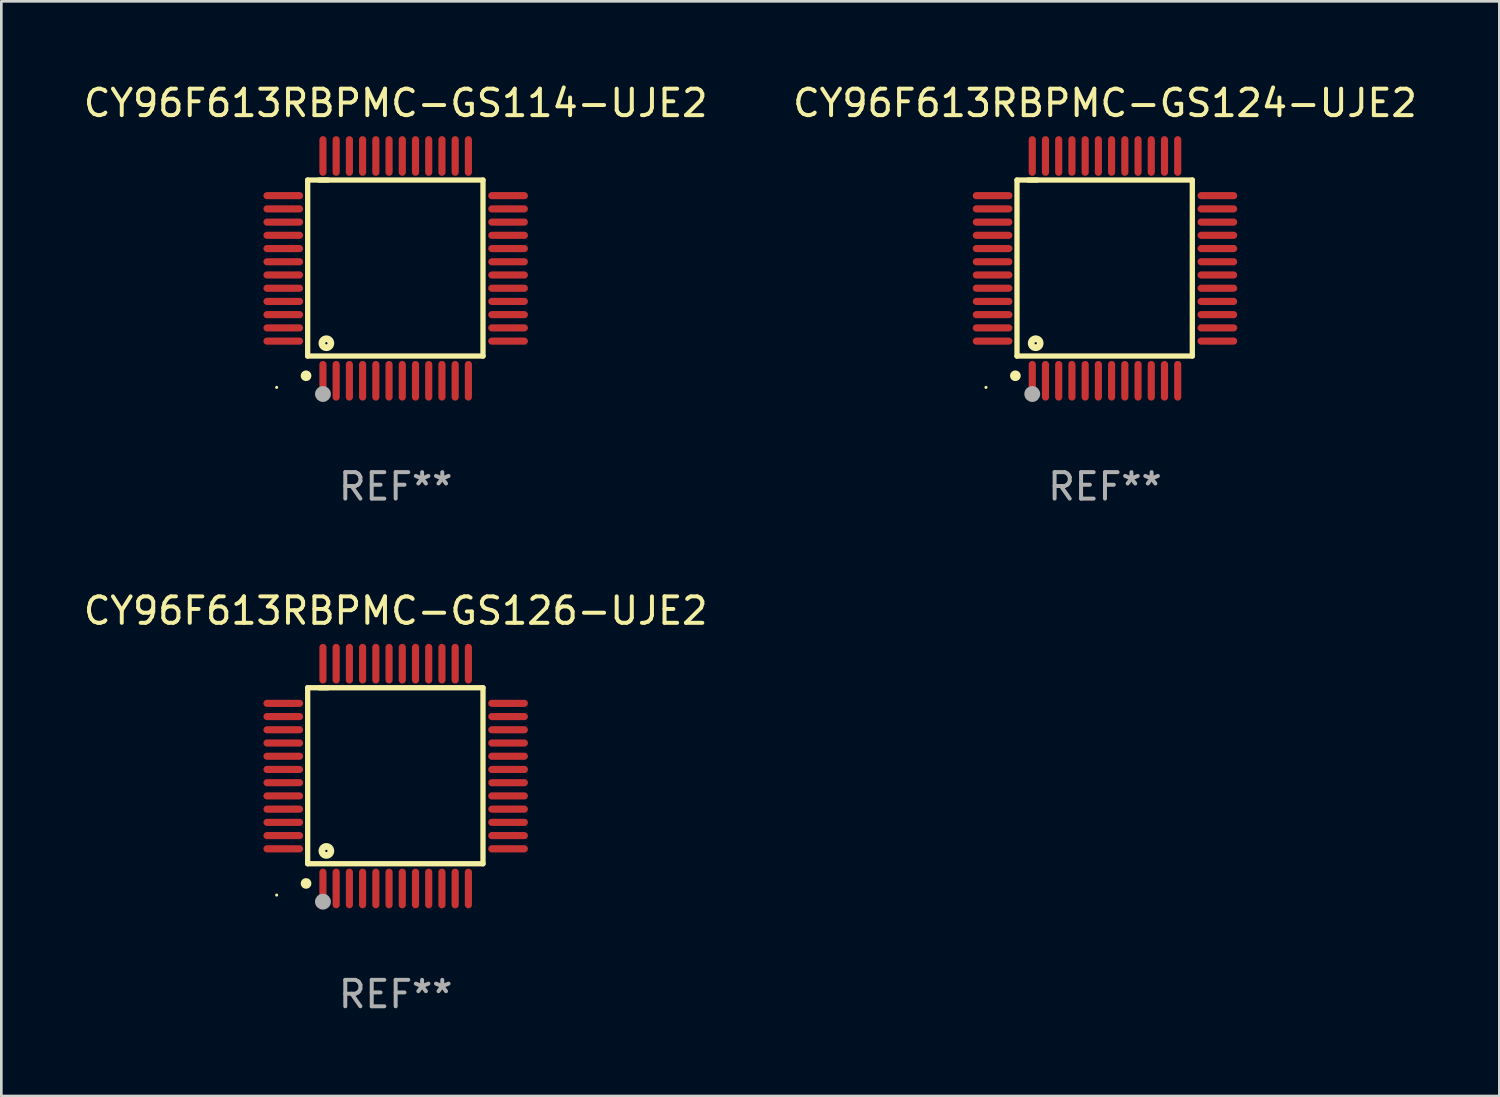
<source format=kicad_pcb>
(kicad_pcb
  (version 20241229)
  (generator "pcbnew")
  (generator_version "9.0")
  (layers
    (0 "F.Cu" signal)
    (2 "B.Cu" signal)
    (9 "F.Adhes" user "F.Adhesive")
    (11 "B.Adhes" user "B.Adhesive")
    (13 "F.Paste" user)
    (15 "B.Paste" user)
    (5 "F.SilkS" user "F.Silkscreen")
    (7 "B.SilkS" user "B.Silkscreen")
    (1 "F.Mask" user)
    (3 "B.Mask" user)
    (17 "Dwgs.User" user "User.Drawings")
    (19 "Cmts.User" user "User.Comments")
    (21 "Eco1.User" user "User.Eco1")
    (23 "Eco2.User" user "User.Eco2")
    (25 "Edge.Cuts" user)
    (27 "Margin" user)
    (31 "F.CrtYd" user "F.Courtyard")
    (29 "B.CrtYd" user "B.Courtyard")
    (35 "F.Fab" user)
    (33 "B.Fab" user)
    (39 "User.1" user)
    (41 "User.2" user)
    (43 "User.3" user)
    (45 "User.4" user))
  (footprint "CY96F613RBPMC-GS114-UJE2"
    (layer "F.Cu")
    (at 11.911 7.098)
    (property "Reference" "CY96F613RBPMC-GS114-UJE2" (at 0 -6.25 0) (layer "F.SilkS") (effects (font (size 1 1) (thickness 0.15))))
    (attr through_hole)
    (fp_line (start -3.327 -3.34) (end -2.565 -3.34) (stroke (width 0.2) (type solid)) (layer "F.SilkS"))
    (fp_line (start -3.327 3.315) (end -3.327 -3.34) (stroke (width 0.2) (type solid)) (layer "F.SilkS"))
    (fp_line (start -2.896 -3.34) (end 3.302 -3.34) (stroke (width 0.2) (type solid)) (layer "F.SilkS"))
    (fp_line (start 3.302 -3.34) (end 3.302 3.315) (stroke (width 0.2) (type solid)) (layer "F.SilkS"))
    (fp_line (start 3.302 3.315) (end -3.327 3.315) (stroke (width 0.2) (type solid)) (layer "F.SilkS"))
    (fp_arc (start -3.389992 4.059995) (mid -3.388722 4.059991) (end -3.387452 4.059995) (stroke (width 0.4) (type solid)) (layer "F.SilkS"))
    (fp_circle (center -4.5 4.5) (end -4.47 4.5) (stroke (width 0.06) (type solid)) (fill no) (layer "F.SilkS"))
    (fp_circle (center -2.62 2.83) (end -2.45 2.83) (stroke (width 0.254) (type solid)) (fill no) (layer "F.SilkS"))
    (fp_circle (center -2.75 4.75) (end -2.6 4.75) (stroke (width 0.3) (type solid)) (fill no) (layer "F.Fab"))
    (fp_text user "REF**" (at 0 8.25 0) (layer "F.Fab") (effects (font (size 1 1) (thickness 0.15))))
    (pad "1" smd oval (at -2.75 4.25) (size 0.27 1.5) (layers "F.Cu" "F.Mask" "F.Paste"))
    (pad "2" smd oval (at -2.25 4.25) (size 0.27 1.5) (layers "F.Cu" "F.Mask" "F.Paste"))
    (pad "3" smd oval (at -1.75 4.25) (size 0.27 1.5) (layers "F.Cu" "F.Mask" "F.Paste"))
    (pad "4" smd oval (at -1.25 4.25) (size 0.27 1.5) (layers "F.Cu" "F.Mask" "F.Paste"))
    (pad "5" smd oval (at -0.75 4.25) (size 0.27 1.5) (layers "F.Cu" "F.Mask" "F.Paste"))
    (pad "6" smd oval (at -0.25 4.25) (size 0.27 1.5) (layers "F.Cu" "F.Mask" "F.Paste"))
    (pad "7" smd oval (at 0.25 4.25) (size 0.27 1.5) (layers "F.Cu" "F.Mask" "F.Paste"))
    (pad "8" smd oval (at 0.75 4.25) (size 0.27 1.5) (layers "F.Cu" "F.Mask" "F.Paste"))
    (pad "9" smd oval (at 1.25 4.25) (size 0.27 1.5) (layers "F.Cu" "F.Mask" "F.Paste"))
    (pad "10" smd oval (at 1.75 4.25) (size 0.27 1.5) (layers "F.Cu" "F.Mask" "F.Paste"))
    (pad "11" smd oval (at 2.25 4.25) (size 0.27 1.5) (layers "F.Cu" "F.Mask" "F.Paste"))
    (pad "12" smd oval (at 2.75 4.25) (size 0.27 1.5) (layers "F.Cu" "F.Mask" "F.Paste"))
    (pad "13" smd oval (at 4.25 2.75) (size 1.5 0.27) (layers "F.Cu" "F.Mask" "F.Paste"))
    (pad "14" smd oval (at 4.25 2.25) (size 1.5 0.27) (layers "F.Cu" "F.Mask" "F.Paste"))
    (pad "15" smd oval (at 4.25 1.75) (size 1.5 0.27) (layers "F.Cu" "F.Mask" "F.Paste"))
    (pad "16" smd oval (at 4.25 1.25) (size 1.5 0.27) (layers "F.Cu" "F.Mask" "F.Paste"))
    (pad "17" smd oval (at 4.25 0.75) (size 1.5 0.27) (layers "F.Cu" "F.Mask" "F.Paste"))
    (pad "18" smd oval (at 4.25 0.25) (size 1.5 0.27) (layers "F.Cu" "F.Mask" "F.Paste"))
    (pad "19" smd oval (at 4.25 -0.25) (size 1.5 0.27) (layers "F.Cu" "F.Mask" "F.Paste"))
    (pad "20" smd oval (at 4.25 -0.75) (size 1.5 0.27) (layers "F.Cu" "F.Mask" "F.Paste"))
    (pad "21" smd oval (at 4.25 -1.25) (size 1.5 0.27) (layers "F.Cu" "F.Mask" "F.Paste"))
    (pad "22" smd oval (at 4.25 -1.75) (size 1.5 0.27) (layers "F.Cu" "F.Mask" "F.Paste"))
    (pad "23" smd oval (at 4.25 -2.25) (size 1.5 0.27) (layers "F.Cu" "F.Mask" "F.Paste"))
    (pad "24" smd oval (at 4.25 -2.75) (size 1.5 0.27) (layers "F.Cu" "F.Mask" "F.Paste"))
    (pad "25" smd oval (at 2.75 -4.25) (size 0.27 1.5) (layers "F.Cu" "F.Mask" "F.Paste"))
    (pad "26" smd oval (at 2.25 -4.25) (size 0.27 1.5) (layers "F.Cu" "F.Mask" "F.Paste"))
    (pad "27" smd oval (at 1.75 -4.25) (size 0.27 1.5) (layers "F.Cu" "F.Mask" "F.Paste"))
    (pad "28" smd oval (at 1.25 -4.25) (size 0.27 1.5) (layers "F.Cu" "F.Mask" "F.Paste"))
    (pad "29" smd oval (at 0.75 -4.25) (size 0.27 1.5) (layers "F.Cu" "F.Mask" "F.Paste"))
    (pad "30" smd oval (at 0.25 -4.25) (size 0.27 1.5) (layers "F.Cu" "F.Mask" "F.Paste"))
    (pad "31" smd oval (at -0.25 -4.25) (size 0.27 1.5) (layers "F.Cu" "F.Mask" "F.Paste"))
    (pad "32" smd oval (at -0.75 -4.25) (size 0.27 1.5) (layers "F.Cu" "F.Mask" "F.Paste"))
    (pad "33" smd oval (at -1.25 -4.25) (size 0.27 1.5) (layers "F.Cu" "F.Mask" "F.Paste"))
    (pad "34" smd oval (at -1.75 -4.25) (size 0.27 1.5) (layers "F.Cu" "F.Mask" "F.Paste"))
    (pad "35" smd oval (at -2.25 -4.25) (size 0.27 1.5) (layers "F.Cu" "F.Mask" "F.Paste"))
    (pad "36" smd oval (at -2.75 -4.25) (size 0.27 1.5) (layers "F.Cu" "F.Mask" "F.Paste"))
    (pad "37" smd oval (at -4.25 -2.75) (size 1.5 0.27) (layers "F.Cu" "F.Mask" "F.Paste"))
    (pad "38" smd oval (at -4.25 -2.25) (size 1.5 0.27) (layers "F.Cu" "F.Mask" "F.Paste"))
    (pad "39" smd oval (at -4.25 -1.75) (size 1.5 0.27) (layers "F.Cu" "F.Mask" "F.Paste"))
    (pad "40" smd oval (at -4.25 -1.25) (size 1.5 0.27) (layers "F.Cu" "F.Mask" "F.Paste"))
    (pad "41" smd oval (at -4.25 -0.75) (size 1.5 0.27) (layers "F.Cu" "F.Mask" "F.Paste"))
    (pad "42" smd oval (at -4.25 -0.25) (size 1.5 0.27) (layers "F.Cu" "F.Mask" "F.Paste"))
    (pad "43" smd oval (at -4.25 0.25) (size 1.5 0.27) (layers "F.Cu" "F.Mask" "F.Paste"))
    (pad "44" smd oval (at -4.25 0.75) (size 1.5 0.27) (layers "F.Cu" "F.Mask" "F.Paste"))
    (pad "45" smd oval (at -4.25 1.25) (size 1.5 0.27) (layers "F.Cu" "F.Mask" "F.Paste"))
    (pad "46" smd oval (at -4.25 1.75) (size 1.5 0.27) (layers "F.Cu" "F.Mask" "F.Paste"))
    (pad "47" smd oval (at -4.25 2.25) (size 1.5 0.27) (layers "F.Cu" "F.Mask" "F.Paste"))
    (pad "48" smd oval (at -4.25 2.75) (size 1.5 0.27) (layers "F.Cu" "F.Mask" "F.Paste")))
  (footprint "CY96F613RBPMC-GS126-UJE2"
    (layer "F.Cu")
    (at 11.911 26.295)
    (property "Reference" "CY96F613RBPMC-GS126-UJE2" (at 0 -6.25 0) (layer "F.SilkS") (effects (font (size 1 1) (thickness 0.15))))
    (attr through_hole)
    (fp_line (start -3.327 -3.34) (end -2.565 -3.34) (stroke (width 0.2) (type solid)) (layer "F.SilkS"))
    (fp_line (start -3.327 3.315) (end -3.327 -3.34) (stroke (width 0.2) (type solid)) (layer "F.SilkS"))
    (fp_line (start -2.896 -3.34) (end 3.302 -3.34) (stroke (width 0.2) (type solid)) (layer "F.SilkS"))
    (fp_line (start 3.302 -3.34) (end 3.302 3.315) (stroke (width 0.2) (type solid)) (layer "F.SilkS"))
    (fp_line (start 3.302 3.315) (end -3.327 3.315) (stroke (width 0.2) (type solid)) (layer "F.SilkS"))
    (fp_arc (start -3.389992 4.059995) (mid -3.388722 4.059991) (end -3.387452 4.059995) (stroke (width 0.4) (type solid)) (layer "F.SilkS"))
    (fp_circle (center -4.5 4.5) (end -4.47 4.5) (stroke (width 0.06) (type solid)) (fill no) (layer "F.SilkS"))
    (fp_circle (center -2.62 2.83) (end -2.45 2.83) (stroke (width 0.254) (type solid)) (fill no) (layer "F.SilkS"))
    (fp_circle (center -2.75 4.75) (end -2.6 4.75) (stroke (width 0.3) (type solid)) (fill no) (layer "F.Fab"))
    (fp_text user "REF**" (at 0 8.25 0) (layer "F.Fab") (effects (font (size 1 1) (thickness 0.15))))
    (pad "1" smd oval (at -2.75 4.25) (size 0.27 1.5) (layers "F.Cu" "F.Mask" "F.Paste"))
    (pad "2" smd oval (at -2.25 4.25) (size 0.27 1.5) (layers "F.Cu" "F.Mask" "F.Paste"))
    (pad "3" smd oval (at -1.75 4.25) (size 0.27 1.5) (layers "F.Cu" "F.Mask" "F.Paste"))
    (pad "4" smd oval (at -1.25 4.25) (size 0.27 1.5) (layers "F.Cu" "F.Mask" "F.Paste"))
    (pad "5" smd oval (at -0.75 4.25) (size 0.27 1.5) (layers "F.Cu" "F.Mask" "F.Paste"))
    (pad "6" smd oval (at -0.25 4.25) (size 0.27 1.5) (layers "F.Cu" "F.Mask" "F.Paste"))
    (pad "7" smd oval (at 0.25 4.25) (size 0.27 1.5) (layers "F.Cu" "F.Mask" "F.Paste"))
    (pad "8" smd oval (at 0.75 4.25) (size 0.27 1.5) (layers "F.Cu" "F.Mask" "F.Paste"))
    (pad "9" smd oval (at 1.25 4.25) (size 0.27 1.5) (layers "F.Cu" "F.Mask" "F.Paste"))
    (pad "10" smd oval (at 1.75 4.25) (size 0.27 1.5) (layers "F.Cu" "F.Mask" "F.Paste"))
    (pad "11" smd oval (at 2.25 4.25) (size 0.27 1.5) (layers "F.Cu" "F.Mask" "F.Paste"))
    (pad "12" smd oval (at 2.75 4.25) (size 0.27 1.5) (layers "F.Cu" "F.Mask" "F.Paste"))
    (pad "13" smd oval (at 4.25 2.75) (size 1.5 0.27) (layers "F.Cu" "F.Mask" "F.Paste"))
    (pad "14" smd oval (at 4.25 2.25) (size 1.5 0.27) (layers "F.Cu" "F.Mask" "F.Paste"))
    (pad "15" smd oval (at 4.25 1.75) (size 1.5 0.27) (layers "F.Cu" "F.Mask" "F.Paste"))
    (pad "16" smd oval (at 4.25 1.25) (size 1.5 0.27) (layers "F.Cu" "F.Mask" "F.Paste"))
    (pad "17" smd oval (at 4.25 0.75) (size 1.5 0.27) (layers "F.Cu" "F.Mask" "F.Paste"))
    (pad "18" smd oval (at 4.25 0.25) (size 1.5 0.27) (layers "F.Cu" "F.Mask" "F.Paste"))
    (pad "19" smd oval (at 4.25 -0.25) (size 1.5 0.27) (layers "F.Cu" "F.Mask" "F.Paste"))
    (pad "20" smd oval (at 4.25 -0.75) (size 1.5 0.27) (layers "F.Cu" "F.Mask" "F.Paste"))
    (pad "21" smd oval (at 4.25 -1.25) (size 1.5 0.27) (layers "F.Cu" "F.Mask" "F.Paste"))
    (pad "22" smd oval (at 4.25 -1.75) (size 1.5 0.27) (layers "F.Cu" "F.Mask" "F.Paste"))
    (pad "23" smd oval (at 4.25 -2.25) (size 1.5 0.27) (layers "F.Cu" "F.Mask" "F.Paste"))
    (pad "24" smd oval (at 4.25 -2.75) (size 1.5 0.27) (layers "F.Cu" "F.Mask" "F.Paste"))
    (pad "25" smd oval (at 2.75 -4.25) (size 0.27 1.5) (layers "F.Cu" "F.Mask" "F.Paste"))
    (pad "26" smd oval (at 2.25 -4.25) (size 0.27 1.5) (layers "F.Cu" "F.Mask" "F.Paste"))
    (pad "27" smd oval (at 1.75 -4.25) (size 0.27 1.5) (layers "F.Cu" "F.Mask" "F.Paste"))
    (pad "28" smd oval (at 1.25 -4.25) (size 0.27 1.5) (layers "F.Cu" "F.Mask" "F.Paste"))
    (pad "29" smd oval (at 0.75 -4.25) (size 0.27 1.5) (layers "F.Cu" "F.Mask" "F.Paste"))
    (pad "30" smd oval (at 0.25 -4.25) (size 0.27 1.5) (layers "F.Cu" "F.Mask" "F.Paste"))
    (pad "31" smd oval (at -0.25 -4.25) (size 0.27 1.5) (layers "F.Cu" "F.Mask" "F.Paste"))
    (pad "32" smd oval (at -0.75 -4.25) (size 0.27 1.5) (layers "F.Cu" "F.Mask" "F.Paste"))
    (pad "33" smd oval (at -1.25 -4.25) (size 0.27 1.5) (layers "F.Cu" "F.Mask" "F.Paste"))
    (pad "34" smd oval (at -1.75 -4.25) (size 0.27 1.5) (layers "F.Cu" "F.Mask" "F.Paste"))
    (pad "35" smd oval (at -2.25 -4.25) (size 0.27 1.5) (layers "F.Cu" "F.Mask" "F.Paste"))
    (pad "36" smd oval (at -2.75 -4.25) (size 0.27 1.5) (layers "F.Cu" "F.Mask" "F.Paste"))
    (pad "37" smd oval (at -4.25 -2.75) (size 1.5 0.27) (layers "F.Cu" "F.Mask" "F.Paste"))
    (pad "38" smd oval (at -4.25 -2.25) (size 1.5 0.27) (layers "F.Cu" "F.Mask" "F.Paste"))
    (pad "39" smd oval (at -4.25 -1.75) (size 1.5 0.27) (layers "F.Cu" "F.Mask" "F.Paste"))
    (pad "40" smd oval (at -4.25 -1.25) (size 1.5 0.27) (layers "F.Cu" "F.Mask" "F.Paste"))
    (pad "41" smd oval (at -4.25 -0.75) (size 1.5 0.27) (layers "F.Cu" "F.Mask" "F.Paste"))
    (pad "42" smd oval (at -4.25 -0.25) (size 1.5 0.27) (layers "F.Cu" "F.Mask" "F.Paste"))
    (pad "43" smd oval (at -4.25 0.25) (size 1.5 0.27) (layers "F.Cu" "F.Mask" "F.Paste"))
    (pad "44" smd oval (at -4.25 0.75) (size 1.5 0.27) (layers "F.Cu" "F.Mask" "F.Paste"))
    (pad "45" smd oval (at -4.25 1.25) (size 1.5 0.27) (layers "F.Cu" "F.Mask" "F.Paste"))
    (pad "46" smd oval (at -4.25 1.75) (size 1.5 0.27) (layers "F.Cu" "F.Mask" "F.Paste"))
    (pad "47" smd oval (at -4.25 2.25) (size 1.5 0.27) (layers "F.Cu" "F.Mask" "F.Paste"))
    (pad "48" smd oval (at -4.25 2.75) (size 1.5 0.27) (layers "F.Cu" "F.Mask" "F.Paste")))
  (footprint "CY96F613RBPMC-GS124-UJE2"
    (layer "F.Cu")
    (at 38.732 7.098)
    (property "Reference" "CY96F613RBPMC-GS124-UJE2" (at 0 -6.25 0) (layer "F.SilkS") (effects (font (size 1 1) (thickness 0.15))))
    (attr through_hole)
    (fp_line (start -3.327 -3.34) (end -2.565 -3.34) (stroke (width 0.2) (type solid)) (layer "F.SilkS"))
    (fp_line (start -3.327 3.315) (end -3.327 -3.34) (stroke (width 0.2) (type solid)) (layer "F.SilkS"))
    (fp_line (start -2.896 -3.34) (end 3.302 -3.34) (stroke (width 0.2) (type solid)) (layer "F.SilkS"))
    (fp_line (start 3.302 -3.34) (end 3.302 3.315) (stroke (width 0.2) (type solid)) (layer "F.SilkS"))
    (fp_line (start 3.302 3.315) (end -3.327 3.315) (stroke (width 0.2) (type solid)) (layer "F.SilkS"))
    (fp_arc (start -3.389992 4.059995) (mid -3.388722 4.059991) (end -3.387452 4.059995) (stroke (width 0.4) (type solid)) (layer "F.SilkS"))
    (fp_circle (center -4.5 4.5) (end -4.47 4.5) (stroke (width 0.06) (type solid)) (fill no) (layer "F.SilkS"))
    (fp_circle (center -2.62 2.83) (end -2.45 2.83) (stroke (width 0.254) (type solid)) (fill no) (layer "F.SilkS"))
    (fp_circle (center -2.75 4.75) (end -2.6 4.75) (stroke (width 0.3) (type solid)) (fill no) (layer "F.Fab"))
    (fp_text user "REF**" (at 0 8.25 0) (layer "F.Fab") (effects (font (size 1 1) (thickness 0.15))))
    (pad "1" smd oval (at -2.75 4.25) (size 0.27 1.5) (layers "F.Cu" "F.Mask" "F.Paste"))
    (pad "2" smd oval (at -2.25 4.25) (size 0.27 1.5) (layers "F.Cu" "F.Mask" "F.Paste"))
    (pad "3" smd oval (at -1.75 4.25) (size 0.27 1.5) (layers "F.Cu" "F.Mask" "F.Paste"))
    (pad "4" smd oval (at -1.25 4.25) (size 0.27 1.5) (layers "F.Cu" "F.Mask" "F.Paste"))
    (pad "5" smd oval (at -0.75 4.25) (size 0.27 1.5) (layers "F.Cu" "F.Mask" "F.Paste"))
    (pad "6" smd oval (at -0.25 4.25) (size 0.27 1.5) (layers "F.Cu" "F.Mask" "F.Paste"))
    (pad "7" smd oval (at 0.25 4.25) (size 0.27 1.5) (layers "F.Cu" "F.Mask" "F.Paste"))
    (pad "8" smd oval (at 0.75 4.25) (size 0.27 1.5) (layers "F.Cu" "F.Mask" "F.Paste"))
    (pad "9" smd oval (at 1.25 4.25) (size 0.27 1.5) (layers "F.Cu" "F.Mask" "F.Paste"))
    (pad "10" smd oval (at 1.75 4.25) (size 0.27 1.5) (layers "F.Cu" "F.Mask" "F.Paste"))
    (pad "11" smd oval (at 2.25 4.25) (size 0.27 1.5) (layers "F.Cu" "F.Mask" "F.Paste"))
    (pad "12" smd oval (at 2.75 4.25) (size 0.27 1.5) (layers "F.Cu" "F.Mask" "F.Paste"))
    (pad "13" smd oval (at 4.25 2.75) (size 1.5 0.27) (layers "F.Cu" "F.Mask" "F.Paste"))
    (pad "14" smd oval (at 4.25 2.25) (size 1.5 0.27) (layers "F.Cu" "F.Mask" "F.Paste"))
    (pad "15" smd oval (at 4.25 1.75) (size 1.5 0.27) (layers "F.Cu" "F.Mask" "F.Paste"))
    (pad "16" smd oval (at 4.25 1.25) (size 1.5 0.27) (layers "F.Cu" "F.Mask" "F.Paste"))
    (pad "17" smd oval (at 4.25 0.75) (size 1.5 0.27) (layers "F.Cu" "F.Mask" "F.Paste"))
    (pad "18" smd oval (at 4.25 0.25) (size 1.5 0.27) (layers "F.Cu" "F.Mask" "F.Paste"))
    (pad "19" smd oval (at 4.25 -0.25) (size 1.5 0.27) (layers "F.Cu" "F.Mask" "F.Paste"))
    (pad "20" smd oval (at 4.25 -0.75) (size 1.5 0.27) (layers "F.Cu" "F.Mask" "F.Paste"))
    (pad "21" smd oval (at 4.25 -1.25) (size 1.5 0.27) (layers "F.Cu" "F.Mask" "F.Paste"))
    (pad "22" smd oval (at 4.25 -1.75) (size 1.5 0.27) (layers "F.Cu" "F.Mask" "F.Paste"))
    (pad "23" smd oval (at 4.25 -2.25) (size 1.5 0.27) (layers "F.Cu" "F.Mask" "F.Paste"))
    (pad "24" smd oval (at 4.25 -2.75) (size 1.5 0.27) (layers "F.Cu" "F.Mask" "F.Paste"))
    (pad "25" smd oval (at 2.75 -4.25) (size 0.27 1.5) (layers "F.Cu" "F.Mask" "F.Paste"))
    (pad "26" smd oval (at 2.25 -4.25) (size 0.27 1.5) (layers "F.Cu" "F.Mask" "F.Paste"))
    (pad "27" smd oval (at 1.75 -4.25) (size 0.27 1.5) (layers "F.Cu" "F.Mask" "F.Paste"))
    (pad "28" smd oval (at 1.25 -4.25) (size 0.27 1.5) (layers "F.Cu" "F.Mask" "F.Paste"))
    (pad "29" smd oval (at 0.75 -4.25) (size 0.27 1.5) (layers "F.Cu" "F.Mask" "F.Paste"))
    (pad "30" smd oval (at 0.25 -4.25) (size 0.27 1.5) (layers "F.Cu" "F.Mask" "F.Paste"))
    (pad "31" smd oval (at -0.25 -4.25) (size 0.27 1.5) (layers "F.Cu" "F.Mask" "F.Paste"))
    (pad "32" smd oval (at -0.75 -4.25) (size 0.27 1.5) (layers "F.Cu" "F.Mask" "F.Paste"))
    (pad "33" smd oval (at -1.25 -4.25) (size 0.27 1.5) (layers "F.Cu" "F.Mask" "F.Paste"))
    (pad "34" smd oval (at -1.75 -4.25) (size 0.27 1.5) (layers "F.Cu" "F.Mask" "F.Paste"))
    (pad "35" smd oval (at -2.25 -4.25) (size 0.27 1.5) (layers "F.Cu" "F.Mask" "F.Paste"))
    (pad "36" smd oval (at -2.75 -4.25) (size 0.27 1.5) (layers "F.Cu" "F.Mask" "F.Paste"))
    (pad "37" smd oval (at -4.25 -2.75) (size 1.5 0.27) (layers "F.Cu" "F.Mask" "F.Paste"))
    (pad "38" smd oval (at -4.25 -2.25) (size 1.5 0.27) (layers "F.Cu" "F.Mask" "F.Paste"))
    (pad "39" smd oval (at -4.25 -1.75) (size 1.5 0.27) (layers "F.Cu" "F.Mask" "F.Paste"))
    (pad "40" smd oval (at -4.25 -1.25) (size 1.5 0.27) (layers "F.Cu" "F.Mask" "F.Paste"))
    (pad "41" smd oval (at -4.25 -0.75) (size 1.5 0.27) (layers "F.Cu" "F.Mask" "F.Paste"))
    (pad "42" smd oval (at -4.25 -0.25) (size 1.5 0.27) (layers "F.Cu" "F.Mask" "F.Paste"))
    (pad "43" smd oval (at -4.25 0.25) (size 1.5 0.27) (layers "F.Cu" "F.Mask" "F.Paste"))
    (pad "44" smd oval (at -4.25 0.75) (size 1.5 0.27) (layers "F.Cu" "F.Mask" "F.Paste"))
    (pad "45" smd oval (at -4.25 1.25) (size 1.5 0.27) (layers "F.Cu" "F.Mask" "F.Paste"))
    (pad "46" smd oval (at -4.25 1.75) (size 1.5 0.27) (layers "F.Cu" "F.Mask" "F.Paste"))
    (pad "47" smd oval (at -4.25 2.25) (size 1.5 0.27) (layers "F.Cu" "F.Mask" "F.Paste"))
    (pad "48" smd oval (at -4.25 2.75) (size 1.5 0.27) (layers "F.Cu" "F.Mask" "F.Paste")))
  (gr_rect
    (start -3 -3)
    (end 53.643 38.393)
    (stroke (width 0.1) (type default))
    (fill no)
    (layer "Edge.Cuts")))
</source>
